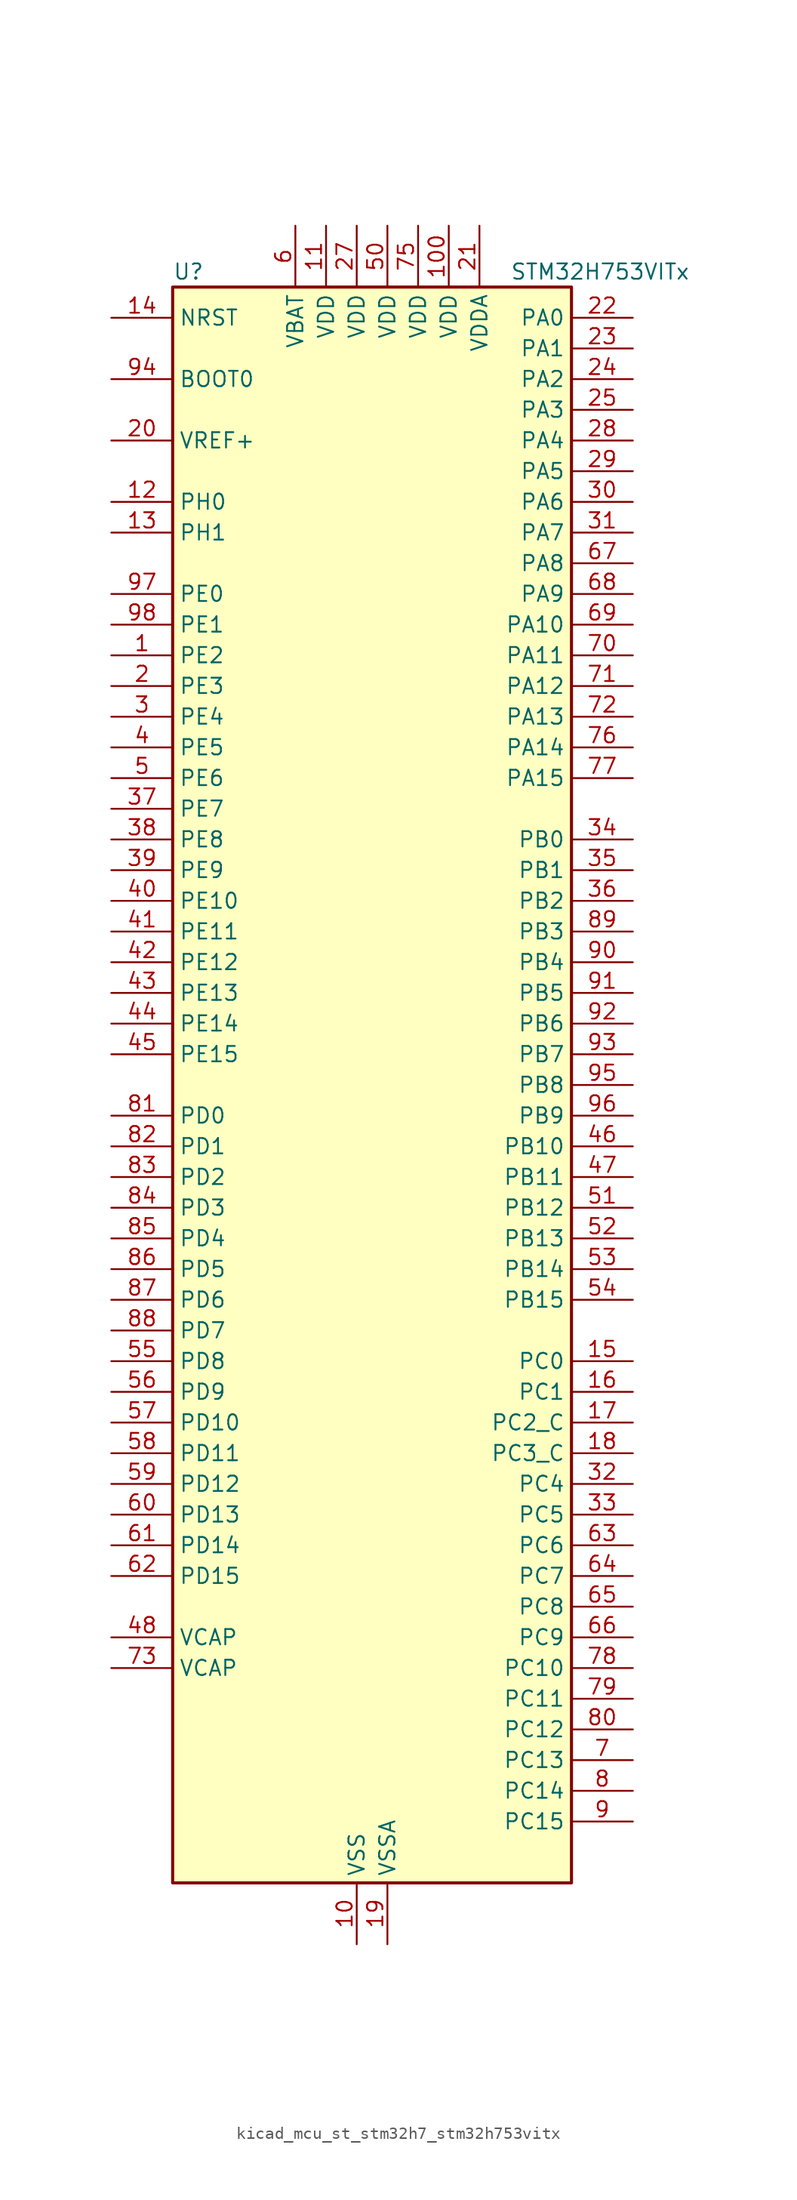
<source format=kicad_sym>
(kicad_symbol_lib
  (version 20220914)
  (generator kicad_symbol_editor)
  (symbol "kicad_mcu_st_stm32h7_stm32h753vitx"
    (property "Reference" "U"
      (at -15.24 67.31 0)
      (effects (font (size 1.27 1.27)) (justify left)))
    (property "Value" "STM32H753VITx"
      (at 12.7 67.31 0)
      (effects (font (size 1.27 1.27)) (justify left)))
    (property "ki_locked" ""
      (at 0 0 0)
      (effects (font (size 1.27 1.27))))
    (symbol "kicad_mcu_st_stm32h7_stm32h753vitx_0_1"
      (rectangle (start -15.24 -66.04) (end 17.78 66.04) (stroke (width 0.254) (type default)) (fill (type background))))
    (symbol "kicad_mcu_st_stm32h7_stm32h753vitx_1_1"
      (pin bidirectional line (at -20.32 35.56 0) (length 5.08) (name "PE2" (effects (font (size 1.27 1.27)))) (number "1" (effects (font (size 1.27 1.27)))) (alternate "DEBUG_TRACECLK" bidirectional line) (alternate "ETH_TXD3" bidirectional line) (alternate "FMC_A23" bidirectional line) (alternate "QUADSPI_BK1_IO2" bidirectional line) (alternate "SAI1_CK1" bidirectional line) (alternate "SAI1_MCLK_A" bidirectional line) (alternate "SAI4_CK1" bidirectional line) (alternate "SAI4_MCLK_A" bidirectional line) (alternate "SPI4_SCK" bidirectional line))
      (pin power_in line (at 0 -71.12 90) (length 5.08) (name "VSS" (effects (font (size 1.27 1.27)))) (number "10" (effects (font (size 1.27 1.27)))))
      (pin power_in line (at 7.62 71.12 270) (length 5.08) (name "VDD" (effects (font (size 1.27 1.27)))) (number "100" (effects (font (size 1.27 1.27)))))
      (pin power_in line (at -2.54 71.12 270) (length 5.08) (name "VDD" (effects (font (size 1.27 1.27)))) (number "11" (effects (font (size 1.27 1.27)))))
      (pin bidirectional line (at -20.32 48.26 0) (length 5.08) (name "PH0" (effects (font (size 1.27 1.27)))) (number "12" (effects (font (size 1.27 1.27)))) (alternate "RCC_OSC_IN" bidirectional line))
      (pin bidirectional line (at -20.32 45.72 0) (length 5.08) (name "PH1" (effects (font (size 1.27 1.27)))) (number "13" (effects (font (size 1.27 1.27)))) (alternate "RCC_OSC_OUT" bidirectional line))
      (pin input line (at -20.32 63.5 0) (length 5.08) (name "NRST" (effects (font (size 1.27 1.27)))) (number "14" (effects (font (size 1.27 1.27)))))
      (pin bidirectional line (at 22.86 -22.86 180) (length 5.08) (name "PC0" (effects (font (size 1.27 1.27)))) (number "15" (effects (font (size 1.27 1.27)))) (alternate "ADC1_INP10" bidirectional line) (alternate "ADC2_INP10" bidirectional line) (alternate "ADC3_INP10" bidirectional line) (alternate "DFSDM1_CKIN0" bidirectional line) (alternate "DFSDM1_DATIN4" bidirectional line) (alternate "FMC_SDNWE" bidirectional line) (alternate "LTDC_R5" bidirectional line) (alternate "SAI2_FS_B" bidirectional line) (alternate "USB_OTG_HS_ULPI_STP" bidirectional line))
      (pin bidirectional line (at 22.86 -25.4 180) (length 5.08) (name "PC1" (effects (font (size 1.27 1.27)))) (number "16" (effects (font (size 1.27 1.27)))) (alternate "ADC1_INN10" bidirectional line) (alternate "ADC1_INP11" bidirectional line) (alternate "ADC2_INN10" bidirectional line) (alternate "ADC2_INP11" bidirectional line) (alternate "ADC3_INN10" bidirectional line) (alternate "ADC3_INP11" bidirectional line) (alternate "DEBUG_TRACED0" bidirectional line) (alternate "DFSDM1_CKIN4" bidirectional line) (alternate "DFSDM1_DATIN0" bidirectional line) (alternate "ETH_MDC" bidirectional line) (alternate "I2S2_SDO" bidirectional line) (alternate "MDIOS_MDC" bidirectional line) (alternate "PWR_WKUP5" bidirectional line) (alternate "RTC_TAMP3" bidirectional line) (alternate "SAI1_D1" bidirectional line) (alternate "SAI1_SD_A" bidirectional line) (alternate "SAI4_D1" bidirectional line) (alternate "SAI4_SD_A" bidirectional line) (alternate "SDMMC2_CK" bidirectional line) (alternate "SPI2_MOSI" bidirectional line))
      (pin bidirectional line (at 22.86 -27.94 180) (length 5.08) (name "PC2_C" (effects (font (size 1.27 1.27)))) (number "17" (effects (font (size 1.27 1.27)))) (alternate "ADC3_INN1" bidirectional line) (alternate "ADC3_INP0" bidirectional line) (alternate "DFSDM1_CKIN1" bidirectional line) (alternate "DFSDM1_CKOUT" bidirectional line) (alternate "ETH_TXD2" bidirectional line) (alternate "FMC_SDNE0" bidirectional line) (alternate "I2S2_SDI" bidirectional line) (alternate "PWR_CSTOP" bidirectional line) (alternate "SPI2_MISO" bidirectional line) (alternate "USB_OTG_HS_ULPI_DIR" bidirectional line))
      (pin bidirectional line (at 22.86 -30.48 180) (length 5.08) (name "PC3_C" (effects (font (size 1.27 1.27)))) (number "18" (effects (font (size 1.27 1.27)))) (alternate "ADC3_INP1" bidirectional line) (alternate "DFSDM1_DATIN1" bidirectional line) (alternate "ETH_TX_CLK" bidirectional line) (alternate "FMC_SDCKE0" bidirectional line) (alternate "I2S2_SDO" bidirectional line) (alternate "PWR_CSLEEP" bidirectional line) (alternate "SPI2_MOSI" bidirectional line) (alternate "USB_OTG_HS_ULPI_NXT" bidirectional line))
      (pin power_in line (at 2.54 -71.12 90) (length 5.08) (name "VSSA" (effects (font (size 1.27 1.27)))) (number "19" (effects (font (size 1.27 1.27)))))
      (pin bidirectional line (at -20.32 33.02 0) (length 5.08) (name "PE3" (effects (font (size 1.27 1.27)))) (number "2" (effects (font (size 1.27 1.27)))) (alternate "DEBUG_TRACED0" bidirectional line) (alternate "FMC_A19" bidirectional line) (alternate "SAI1_SD_B" bidirectional line) (alternate "SAI4_SD_B" bidirectional line) (alternate "TIM15_BKIN" bidirectional line))
      (pin input line (at -20.32 53.34 0) (length 5.08) (name "VREF+" (effects (font (size 1.27 1.27)))) (number "20" (effects (font (size 1.27 1.27)))) (alternate "VREFBUF_OUT" bidirectional line))
      (pin power_in line (at 10.16 71.12 270) (length 5.08) (name "VDDA" (effects (font (size 1.27 1.27)))) (number "21" (effects (font (size 1.27 1.27)))))
      (pin bidirectional line (at 22.86 63.5 180) (length 5.08) (name "PA0" (effects (font (size 1.27 1.27)))) (number "22" (effects (font (size 1.27 1.27)))) (alternate "ADC1_INP16" bidirectional line) (alternate "ETH_CRS" bidirectional line) (alternate "PWR_WKUP0" bidirectional line) (alternate "SAI2_SD_B" bidirectional line) (alternate "SDMMC2_CMD" bidirectional line) (alternate "TIM15_BKIN" bidirectional line) (alternate "TIM2_CH1" bidirectional line) (alternate "TIM2_ETR" bidirectional line) (alternate "TIM5_CH1" bidirectional line) (alternate "TIM8_ETR" bidirectional line) (alternate "UART4_TX" bidirectional line) (alternate "USART2_CTS" bidirectional line) (alternate "USART2_NSS" bidirectional line))
      (pin bidirectional line (at 22.86 60.96 180) (length 5.08) (name "PA1" (effects (font (size 1.27 1.27)))) (number "23" (effects (font (size 1.27 1.27)))) (alternate "ADC1_INN16" bidirectional line) (alternate "ADC1_INP17" bidirectional line) (alternate "ETH_REF_CLK" bidirectional line) (alternate "ETH_RX_CLK" bidirectional line) (alternate "LPTIM3_OUT" bidirectional line) (alternate "LTDC_R2" bidirectional line) (alternate "QUADSPI_BK1_IO3" bidirectional line) (alternate "SAI2_MCLK_B" bidirectional line) (alternate "TIM15_CH1N" bidirectional line) (alternate "TIM2_CH2" bidirectional line) (alternate "TIM5_CH2" bidirectional line) (alternate "UART4_RX" bidirectional line) (alternate "USART2_DE" bidirectional line) (alternate "USART2_RTS" bidirectional line))
      (pin bidirectional line (at 22.86 58.42 180) (length 5.08) (name "PA2" (effects (font (size 1.27 1.27)))) (number "24" (effects (font (size 1.27 1.27)))) (alternate "ADC1_INP14" bidirectional line) (alternate "ADC2_INP14" bidirectional line) (alternate "ETH_MDIO" bidirectional line) (alternate "LPTIM4_OUT" bidirectional line) (alternate "LTDC_R1" bidirectional line) (alternate "MDIOS_MDIO" bidirectional line) (alternate "PWR_WKUP1" bidirectional line) (alternate "SAI2_SCK_B" bidirectional line) (alternate "TIM15_CH1" bidirectional line) (alternate "TIM2_CH3" bidirectional line) (alternate "TIM5_CH3" bidirectional line) (alternate "USART2_TX" bidirectional line))
      (pin bidirectional line (at 22.86 55.88 180) (length 5.08) (name "PA3" (effects (font (size 1.27 1.27)))) (number "25" (effects (font (size 1.27 1.27)))) (alternate "ADC1_INP15" bidirectional line) (alternate "ADC2_INP15" bidirectional line) (alternate "ETH_COL" bidirectional line) (alternate "LPTIM5_OUT" bidirectional line) (alternate "LTDC_B2" bidirectional line) (alternate "LTDC_B5" bidirectional line) (alternate "TIM15_CH2" bidirectional line) (alternate "TIM2_CH4" bidirectional line) (alternate "TIM5_CH4" bidirectional line) (alternate "USART2_RX" bidirectional line) (alternate "USB_OTG_HS_ULPI_D0" bidirectional line))
      (pin passive line (at 0 -71.12 90) (length 5.08) hide (name "VSS" (effects (font (size 1.27 1.27)))) (number "26" (effects (font (size 1.27 1.27)))))
      (pin power_in line (at 0 71.12 270) (length 5.08) (name "VDD" (effects (font (size 1.27 1.27)))) (number "27" (effects (font (size 1.27 1.27)))))
      (pin bidirectional line (at 22.86 53.34 180) (length 5.08) (name "PA4" (effects (font (size 1.27 1.27)))) (number "28" (effects (font (size 1.27 1.27)))) (alternate "ADC1_INP18" bidirectional line) (alternate "ADC2_INP18" bidirectional line) (alternate "DAC1_OUT1" bidirectional line) (alternate "DCMI_HSYNC" bidirectional line) (alternate "I2S1_WS" bidirectional line) (alternate "I2S3_WS" bidirectional line) (alternate "LTDC_VSYNC" bidirectional line) (alternate "SPI1_NSS" bidirectional line) (alternate "SPI3_NSS" bidirectional line) (alternate "SPI6_NSS" bidirectional line) (alternate "TIM5_ETR" bidirectional line) (alternate "USART2_CK" bidirectional line) (alternate "USB_OTG_HS_SOF" bidirectional line))
      (pin bidirectional line (at 22.86 50.8 180) (length 5.08) (name "PA5" (effects (font (size 1.27 1.27)))) (number "29" (effects (font (size 1.27 1.27)))) (alternate "ADC1_INN18" bidirectional line) (alternate "ADC1_INP19" bidirectional line) (alternate "ADC2_INN18" bidirectional line) (alternate "ADC2_INP19" bidirectional line) (alternate "DAC1_OUT2" bidirectional line) (alternate "I2S1_CK" bidirectional line) (alternate "LTDC_R4" bidirectional line) (alternate "PWR_NDSTOP2" bidirectional line) (alternate "SPI1_SCK" bidirectional line) (alternate "SPI6_SCK" bidirectional line) (alternate "TIM2_CH1" bidirectional line) (alternate "TIM2_ETR" bidirectional line) (alternate "TIM8_CH1N" bidirectional line) (alternate "USB_OTG_HS_ULPI_CK" bidirectional line))
      (pin bidirectional line (at -20.32 30.48 0) (length 5.08) (name "PE4" (effects (font (size 1.27 1.27)))) (number "3" (effects (font (size 1.27 1.27)))) (alternate "DCMI_D4" bidirectional line) (alternate "DEBUG_TRACED1" bidirectional line) (alternate "DFSDM1_DATIN3" bidirectional line) (alternate "FMC_A20" bidirectional line) (alternate "LTDC_B0" bidirectional line) (alternate "SAI1_D2" bidirectional line) (alternate "SAI1_FS_A" bidirectional line) (alternate "SAI4_D2" bidirectional line) (alternate "SAI4_FS_A" bidirectional line) (alternate "SPI4_NSS" bidirectional line) (alternate "TIM15_CH1N" bidirectional line))
      (pin bidirectional line (at 22.86 48.26 180) (length 5.08) (name "PA6" (effects (font (size 1.27 1.27)))) (number "30" (effects (font (size 1.27 1.27)))) (alternate "ADC1_INP3" bidirectional line) (alternate "ADC2_INP3" bidirectional line) (alternate "DCMI_PIXCLK" bidirectional line) (alternate "I2S1_SDI" bidirectional line) (alternate "LTDC_G2" bidirectional line) (alternate "MDIOS_MDC" bidirectional line) (alternate "SPI1_MISO" bidirectional line) (alternate "SPI6_MISO" bidirectional line) (alternate "TIM13_CH1" bidirectional line) (alternate "TIM1_BKIN" bidirectional line) (alternate "TIM1_BKIN_COMP1" bidirectional line) (alternate "TIM1_BKIN_COMP2" bidirectional line) (alternate "TIM3_CH1" bidirectional line) (alternate "TIM8_BKIN" bidirectional line) (alternate "TIM8_BKIN_COMP1" bidirectional line) (alternate "TIM8_BKIN_COMP2" bidirectional line))
      (pin bidirectional line (at 22.86 45.72 180) (length 5.08) (name "PA7" (effects (font (size 1.27 1.27)))) (number "31" (effects (font (size 1.27 1.27)))) (alternate "ADC1_INN3" bidirectional line) (alternate "ADC1_INP7" bidirectional line) (alternate "ADC2_INN3" bidirectional line) (alternate "ADC2_INP7" bidirectional line) (alternate "ETH_CRS_DV" bidirectional line) (alternate "ETH_RX_DV" bidirectional line) (alternate "FMC_SDNWE" bidirectional line) (alternate "I2S1_SDO" bidirectional line) (alternate "OPAMP1_VINM" bidirectional line) (alternate "OPAMP1_VINM1" bidirectional line) (alternate "SPI1_MOSI" bidirectional line) (alternate "SPI6_MOSI" bidirectional line) (alternate "TIM14_CH1" bidirectional line) (alternate "TIM1_CH1N" bidirectional line) (alternate "TIM3_CH2" bidirectional line) (alternate "TIM8_CH1N" bidirectional line))
      (pin bidirectional line (at 22.86 -33.02 180) (length 5.08) (name "PC4" (effects (font (size 1.27 1.27)))) (number "32" (effects (font (size 1.27 1.27)))) (alternate "ADC1_INP4" bidirectional line) (alternate "ADC2_INP4" bidirectional line) (alternate "COMP1_INM" bidirectional line) (alternate "DFSDM1_CKIN2" bidirectional line) (alternate "ETH_RXD0" bidirectional line) (alternate "FMC_SDNE0" bidirectional line) (alternate "I2S1_MCK" bidirectional line) (alternate "OPAMP1_VOUT" bidirectional line) (alternate "SPDIFRX1_IN2" bidirectional line))
      (pin bidirectional line (at 22.86 -35.56 180) (length 5.08) (name "PC5" (effects (font (size 1.27 1.27)))) (number "33" (effects (font (size 1.27 1.27)))) (alternate "ADC1_INN4" bidirectional line) (alternate "ADC1_INP8" bidirectional line) (alternate "ADC2_INN4" bidirectional line) (alternate "ADC2_INP8" bidirectional line) (alternate "COMP1_OUT" bidirectional line) (alternate "DFSDM1_DATIN2" bidirectional line) (alternate "ETH_RXD1" bidirectional line) (alternate "FMC_SDCKE0" bidirectional line) (alternate "OPAMP1_VINM" bidirectional line) (alternate "OPAMP1_VINM0" bidirectional line) (alternate "SAI1_D3" bidirectional line) (alternate "SAI4_D3" bidirectional line) (alternate "SPDIFRX1_IN3" bidirectional line))
      (pin bidirectional line (at 22.86 20.32 180) (length 5.08) (name "PB0" (effects (font (size 1.27 1.27)))) (number "34" (effects (font (size 1.27 1.27)))) (alternate "ADC1_INN5" bidirectional line) (alternate "ADC1_INP9" bidirectional line) (alternate "ADC2_INN5" bidirectional line) (alternate "ADC2_INP9" bidirectional line) (alternate "COMP1_INP" bidirectional line) (alternate "DFSDM1_CKOUT" bidirectional line) (alternate "ETH_RXD2" bidirectional line) (alternate "LTDC_G1" bidirectional line) (alternate "LTDC_R3" bidirectional line) (alternate "OPAMP1_VINP" bidirectional line) (alternate "TIM1_CH2N" bidirectional line) (alternate "TIM3_CH3" bidirectional line) (alternate "TIM8_CH2N" bidirectional line) (alternate "UART4_CTS" bidirectional line) (alternate "USB_OTG_HS_ULPI_D1" bidirectional line))
      (pin bidirectional line (at 22.86 17.78 180) (length 5.08) (name "PB1" (effects (font (size 1.27 1.27)))) (number "35" (effects (font (size 1.27 1.27)))) (alternate "ADC1_INP5" bidirectional line) (alternate "ADC2_INP5" bidirectional line) (alternate "COMP1_INM" bidirectional line) (alternate "DFSDM1_DATIN1" bidirectional line) (alternate "ETH_RXD3" bidirectional line) (alternate "LTDC_G0" bidirectional line) (alternate "LTDC_R6" bidirectional line) (alternate "TIM1_CH3N" bidirectional line) (alternate "TIM3_CH4" bidirectional line) (alternate "TIM8_CH3N" bidirectional line) (alternate "USB_OTG_HS_ULPI_D2" bidirectional line))
      (pin bidirectional line (at 22.86 15.24 180) (length 5.08) (name "PB2" (effects (font (size 1.27 1.27)))) (number "36" (effects (font (size 1.27 1.27)))) (alternate "COMP1_INP" bidirectional line) (alternate "DFSDM1_CKIN1" bidirectional line) (alternate "I2S3_SDO" bidirectional line) (alternate "QUADSPI_CLK" bidirectional line) (alternate "RTC_OUT_ALARM" bidirectional line) (alternate "RTC_OUT_CALIB" bidirectional line) (alternate "SAI1_D1" bidirectional line) (alternate "SAI1_SD_A" bidirectional line) (alternate "SAI4_D1" bidirectional line) (alternate "SAI4_SD_A" bidirectional line) (alternate "SPI3_MOSI" bidirectional line))
      (pin bidirectional line (at -20.32 22.86 0) (length 5.08) (name "PE7" (effects (font (size 1.27 1.27)))) (number "37" (effects (font (size 1.27 1.27)))) (alternate "COMP2_INM" bidirectional line) (alternate "DFSDM1_DATIN2" bidirectional line) (alternate "FMC_D4" bidirectional line) (alternate "FMC_DA4" bidirectional line) (alternate "OPAMP2_VOUT" bidirectional line) (alternate "QUADSPI_BK2_IO0" bidirectional line) (alternate "TIM1_ETR" bidirectional line) (alternate "UART7_RX" bidirectional line))
      (pin bidirectional line (at -20.32 20.32 0) (length 5.08) (name "PE8" (effects (font (size 1.27 1.27)))) (number "38" (effects (font (size 1.27 1.27)))) (alternate "COMP2_OUT" bidirectional line) (alternate "DFSDM1_CKIN2" bidirectional line) (alternate "FMC_D5" bidirectional line) (alternate "FMC_DA5" bidirectional line) (alternate "OPAMP2_VINM" bidirectional line) (alternate "OPAMP2_VINM0" bidirectional line) (alternate "QUADSPI_BK2_IO1" bidirectional line) (alternate "TIM1_CH1N" bidirectional line) (alternate "UART7_TX" bidirectional line))
      (pin bidirectional line (at -20.32 17.78 0) (length 5.08) (name "PE9" (effects (font (size 1.27 1.27)))) (number "39" (effects (font (size 1.27 1.27)))) (alternate "COMP2_INP" bidirectional line) (alternate "DAC1_EXTI9" bidirectional line) (alternate "DFSDM1_CKOUT" bidirectional line) (alternate "FMC_D6" bidirectional line) (alternate "FMC_DA6" bidirectional line) (alternate "OPAMP2_VINP" bidirectional line) (alternate "QUADSPI_BK2_IO2" bidirectional line) (alternate "TIM1_CH1" bidirectional line) (alternate "UART7_DE" bidirectional line) (alternate "UART7_RTS" bidirectional line))
      (pin bidirectional line (at -20.32 27.94 0) (length 5.08) (name "PE5" (effects (font (size 1.27 1.27)))) (number "4" (effects (font (size 1.27 1.27)))) (alternate "DCMI_D6" bidirectional line) (alternate "DEBUG_TRACED2" bidirectional line) (alternate "DFSDM1_CKIN3" bidirectional line) (alternate "FMC_A21" bidirectional line) (alternate "LTDC_G0" bidirectional line) (alternate "SAI1_CK2" bidirectional line) (alternate "SAI1_SCK_A" bidirectional line) (alternate "SAI4_CK2" bidirectional line) (alternate "SAI4_SCK_A" bidirectional line) (alternate "SPI4_MISO" bidirectional line) (alternate "TIM15_CH1" bidirectional line))
      (pin bidirectional line (at -20.32 15.24 0) (length 5.08) (name "PE10" (effects (font (size 1.27 1.27)))) (number "40" (effects (font (size 1.27 1.27)))) (alternate "COMP2_INM" bidirectional line) (alternate "DFSDM1_DATIN4" bidirectional line) (alternate "FMC_D7" bidirectional line) (alternate "FMC_DA7" bidirectional line) (alternate "QUADSPI_BK2_IO3" bidirectional line) (alternate "TIM1_CH2N" bidirectional line) (alternate "UART7_CTS" bidirectional line))
      (pin bidirectional line (at -20.32 12.7 0) (length 5.08) (name "PE11" (effects (font (size 1.27 1.27)))) (number "41" (effects (font (size 1.27 1.27)))) (alternate "ADC1_EXTI11" bidirectional line) (alternate "ADC2_EXTI11" bidirectional line) (alternate "ADC3_EXTI11" bidirectional line) (alternate "COMP2_INP" bidirectional line) (alternate "DFSDM1_CKIN4" bidirectional line) (alternate "FMC_D8" bidirectional line) (alternate "FMC_DA8" bidirectional line) (alternate "LTDC_G3" bidirectional line) (alternate "SAI2_SD_B" bidirectional line) (alternate "SPI4_NSS" bidirectional line) (alternate "TIM1_CH2" bidirectional line))
      (pin bidirectional line (at -20.32 10.16 0) (length 5.08) (name "PE12" (effects (font (size 1.27 1.27)))) (number "42" (effects (font (size 1.27 1.27)))) (alternate "COMP1_OUT" bidirectional line) (alternate "DFSDM1_DATIN5" bidirectional line) (alternate "FMC_D9" bidirectional line) (alternate "FMC_DA9" bidirectional line) (alternate "LTDC_B4" bidirectional line) (alternate "SAI2_SCK_B" bidirectional line) (alternate "SPI4_SCK" bidirectional line) (alternate "TIM1_CH3N" bidirectional line))
      (pin bidirectional line (at -20.32 7.62 0) (length 5.08) (name "PE13" (effects (font (size 1.27 1.27)))) (number "43" (effects (font (size 1.27 1.27)))) (alternate "COMP2_OUT" bidirectional line) (alternate "DFSDM1_CKIN5" bidirectional line) (alternate "FMC_D10" bidirectional line) (alternate "FMC_DA10" bidirectional line) (alternate "LTDC_DE" bidirectional line) (alternate "SAI2_FS_B" bidirectional line) (alternate "SPI4_MISO" bidirectional line) (alternate "TIM1_CH3" bidirectional line))
      (pin bidirectional line (at -20.32 5.08 0) (length 5.08) (name "PE14" (effects (font (size 1.27 1.27)))) (number "44" (effects (font (size 1.27 1.27)))) (alternate "FMC_D11" bidirectional line) (alternate "FMC_DA11" bidirectional line) (alternate "LTDC_CLK" bidirectional line) (alternate "SAI2_MCLK_B" bidirectional line) (alternate "SPI4_MOSI" bidirectional line) (alternate "TIM1_CH4" bidirectional line))
      (pin bidirectional line (at -20.32 2.54 0) (length 5.08) (name "PE15" (effects (font (size 1.27 1.27)))) (number "45" (effects (font (size 1.27 1.27)))) (alternate "ADC1_EXTI15" bidirectional line) (alternate "ADC2_EXTI15" bidirectional line) (alternate "ADC3_EXTI15" bidirectional line) (alternate "FMC_D12" bidirectional line) (alternate "FMC_DA12" bidirectional line) (alternate "LTDC_R7" bidirectional line) (alternate "TIM1_BKIN" bidirectional line) (alternate "TIM1_BKIN_COMP1" bidirectional line) (alternate "TIM1_BKIN_COMP2" bidirectional line))
      (pin bidirectional line (at 22.86 -5.08 180) (length 5.08) (name "PB10" (effects (font (size 1.27 1.27)))) (number "46" (effects (font (size 1.27 1.27)))) (alternate "DFSDM1_DATIN7" bidirectional line) (alternate "ETH_RX_ER" bidirectional line) (alternate "HRTIM_SCOUT" bidirectional line) (alternate "I2C2_SCL" bidirectional line) (alternate "I2S2_CK" bidirectional line) (alternate "LPTIM2_IN1" bidirectional line) (alternate "LTDC_G4" bidirectional line) (alternate "QUADSPI_BK1_NCS" bidirectional line) (alternate "SPI2_SCK" bidirectional line) (alternate "TIM2_CH3" bidirectional line) (alternate "USART3_TX" bidirectional line) (alternate "USB_OTG_HS_ULPI_D3" bidirectional line))
      (pin bidirectional line (at 22.86 -7.62 180) (length 5.08) (name "PB11" (effects (font (size 1.27 1.27)))) (number "47" (effects (font (size 1.27 1.27)))) (alternate "ADC1_EXTI11" bidirectional line) (alternate "ADC2_EXTI11" bidirectional line) (alternate "ADC3_EXTI11" bidirectional line) (alternate "DFSDM1_CKIN7" bidirectional line) (alternate "ETH_TX_EN" bidirectional line) (alternate "HRTIM_SCIN" bidirectional line) (alternate "I2C2_SDA" bidirectional line) (alternate "LPTIM2_ETR" bidirectional line) (alternate "LTDC_G5" bidirectional line) (alternate "TIM2_CH4" bidirectional line) (alternate "USART3_RX" bidirectional line) (alternate "USB_OTG_HS_ULPI_D4" bidirectional line))
      (pin power_out line (at -20.32 -45.72 0) (length 5.08) (name "VCAP" (effects (font (size 1.27 1.27)))) (number "48" (effects (font (size 1.27 1.27)))))
      (pin passive line (at 0 -71.12 90) (length 5.08) hide (name "VSS" (effects (font (size 1.27 1.27)))) (number "49" (effects (font (size 1.27 1.27)))))
      (pin bidirectional line (at -20.32 25.4 0) (length 5.08) (name "PE6" (effects (font (size 1.27 1.27)))) (number "5" (effects (font (size 1.27 1.27)))) (alternate "DCMI_D7" bidirectional line) (alternate "DEBUG_TRACED3" bidirectional line) (alternate "FMC_A22" bidirectional line) (alternate "LTDC_G1" bidirectional line) (alternate "SAI1_D1" bidirectional line) (alternate "SAI1_SD_A" bidirectional line) (alternate "SAI2_MCLK_B" bidirectional line) (alternate "SAI4_D1" bidirectional line) (alternate "SAI4_SD_A" bidirectional line) (alternate "SPI4_MOSI" bidirectional line) (alternate "TIM15_CH2" bidirectional line) (alternate "TIM1_BKIN2" bidirectional line) (alternate "TIM1_BKIN2_COMP1" bidirectional line) (alternate "TIM1_BKIN2_COMP2" bidirectional line))
      (pin power_in line (at 2.54 71.12 270) (length 5.08) (name "VDD" (effects (font (size 1.27 1.27)))) (number "50" (effects (font (size 1.27 1.27)))))
      (pin bidirectional line (at 22.86 -10.16 180) (length 5.08) (name "PB12" (effects (font (size 1.27 1.27)))) (number "51" (effects (font (size 1.27 1.27)))) (alternate "DFSDM1_DATIN1" bidirectional line) (alternate "ETH_TXD0" bidirectional line) (alternate "FDCAN2_RX" bidirectional line) (alternate "I2C2_SMBA" bidirectional line) (alternate "I2S2_WS" bidirectional line) (alternate "SPI2_NSS" bidirectional line) (alternate "TIM1_BKIN" bidirectional line) (alternate "TIM1_BKIN_COMP1" bidirectional line) (alternate "TIM1_BKIN_COMP2" bidirectional line) (alternate "UART5_RX" bidirectional line) (alternate "USART3_CK" bidirectional line) (alternate "USB_OTG_HS_ID" bidirectional line) (alternate "USB_OTG_HS_ULPI_D5" bidirectional line))
      (pin bidirectional line (at 22.86 -12.7 180) (length 5.08) (name "PB13" (effects (font (size 1.27 1.27)))) (number "52" (effects (font (size 1.27 1.27)))) (alternate "DFSDM1_CKIN1" bidirectional line) (alternate "ETH_TXD1" bidirectional line) (alternate "FDCAN2_TX" bidirectional line) (alternate "I2S2_CK" bidirectional line) (alternate "LPTIM2_OUT" bidirectional line) (alternate "SPI2_SCK" bidirectional line) (alternate "TIM1_CH1N" bidirectional line) (alternate "UART5_TX" bidirectional line) (alternate "USART3_CTS" bidirectional line) (alternate "USART3_NSS" bidirectional line) (alternate "USB_OTG_HS_ULPI_D6" bidirectional line) (alternate "USB_OTG_HS_VBUS" bidirectional line))
      (pin bidirectional line (at 22.86 -15.24 180) (length 5.08) (name "PB14" (effects (font (size 1.27 1.27)))) (number "53" (effects (font (size 1.27 1.27)))) (alternate "DFSDM1_DATIN2" bidirectional line) (alternate "I2S2_SDI" bidirectional line) (alternate "SDMMC2_D0" bidirectional line) (alternate "SPI2_MISO" bidirectional line) (alternate "TIM12_CH1" bidirectional line) (alternate "TIM1_CH2N" bidirectional line) (alternate "TIM8_CH2N" bidirectional line) (alternate "UART4_DE" bidirectional line) (alternate "UART4_RTS" bidirectional line) (alternate "USART1_TX" bidirectional line) (alternate "USART3_DE" bidirectional line) (alternate "USART3_RTS" bidirectional line) (alternate "USB_OTG_HS_DM" bidirectional line))
      (pin bidirectional line (at 22.86 -17.78 180) (length 5.08) (name "PB15" (effects (font (size 1.27 1.27)))) (number "54" (effects (font (size 1.27 1.27)))) (alternate "ADC1_EXTI15" bidirectional line) (alternate "ADC2_EXTI15" bidirectional line) (alternate "ADC3_EXTI15" bidirectional line) (alternate "DFSDM1_CKIN2" bidirectional line) (alternate "I2S2_SDO" bidirectional line) (alternate "RTC_REFIN" bidirectional line) (alternate "SDMMC2_D1" bidirectional line) (alternate "SPI2_MOSI" bidirectional line) (alternate "TIM12_CH2" bidirectional line) (alternate "TIM1_CH3N" bidirectional line) (alternate "TIM8_CH3N" bidirectional line) (alternate "UART4_CTS" bidirectional line) (alternate "USART1_RX" bidirectional line) (alternate "USB_OTG_HS_DP" bidirectional line))
      (pin bidirectional line (at -20.32 -22.86 0) (length 5.08) (name "PD8" (effects (font (size 1.27 1.27)))) (number "55" (effects (font (size 1.27 1.27)))) (alternate "DFSDM1_CKIN3" bidirectional line) (alternate "FMC_D13" bidirectional line) (alternate "FMC_DA13" bidirectional line) (alternate "SAI3_SCK_B" bidirectional line) (alternate "SPDIFRX1_IN1" bidirectional line) (alternate "USART3_TX" bidirectional line))
      (pin bidirectional line (at -20.32 -25.4 0) (length 5.08) (name "PD9" (effects (font (size 1.27 1.27)))) (number "56" (effects (font (size 1.27 1.27)))) (alternate "DAC1_EXTI9" bidirectional line) (alternate "DFSDM1_DATIN3" bidirectional line) (alternate "FMC_D14" bidirectional line) (alternate "FMC_DA14" bidirectional line) (alternate "SAI3_SD_B" bidirectional line) (alternate "USART3_RX" bidirectional line))
      (pin bidirectional line (at -20.32 -27.94 0) (length 5.08) (name "PD10" (effects (font (size 1.27 1.27)))) (number "57" (effects (font (size 1.27 1.27)))) (alternate "DFSDM1_CKOUT" bidirectional line) (alternate "FMC_D15" bidirectional line) (alternate "FMC_DA15" bidirectional line) (alternate "LTDC_B3" bidirectional line) (alternate "SAI3_FS_B" bidirectional line) (alternate "USART3_CK" bidirectional line))
      (pin bidirectional line (at -20.32 -30.48 0) (length 5.08) (name "PD11" (effects (font (size 1.27 1.27)))) (number "58" (effects (font (size 1.27 1.27)))) (alternate "ADC1_EXTI11" bidirectional line) (alternate "ADC2_EXTI11" bidirectional line) (alternate "ADC3_EXTI11" bidirectional line) (alternate "FMC_A16" bidirectional line) (alternate "FMC_CLE" bidirectional line) (alternate "I2C4_SMBA" bidirectional line) (alternate "LPTIM2_IN2" bidirectional line) (alternate "QUADSPI_BK1_IO0" bidirectional line) (alternate "SAI2_SD_A" bidirectional line) (alternate "USART3_CTS" bidirectional line) (alternate "USART3_NSS" bidirectional line))
      (pin bidirectional line (at -20.32 -33.02 0) (length 5.08) (name "PD12" (effects (font (size 1.27 1.27)))) (number "59" (effects (font (size 1.27 1.27)))) (alternate "FMC_A17" bidirectional line) (alternate "FMC_ALE" bidirectional line) (alternate "I2C4_SCL" bidirectional line) (alternate "LPTIM1_IN1" bidirectional line) (alternate "LPTIM2_IN1" bidirectional line) (alternate "QUADSPI_BK1_IO1" bidirectional line) (alternate "SAI2_FS_A" bidirectional line) (alternate "TIM4_CH1" bidirectional line) (alternate "USART3_DE" bidirectional line) (alternate "USART3_RTS" bidirectional line))
      (pin power_in line (at -5.08 71.12 270) (length 5.08) (name "VBAT" (effects (font (size 1.27 1.27)))) (number "6" (effects (font (size 1.27 1.27)))))
      (pin bidirectional line (at -20.32 -35.56 0) (length 5.08) (name "PD13" (effects (font (size 1.27 1.27)))) (number "60" (effects (font (size 1.27 1.27)))) (alternate "FMC_A18" bidirectional line) (alternate "I2C4_SDA" bidirectional line) (alternate "LPTIM1_OUT" bidirectional line) (alternate "QUADSPI_BK1_IO3" bidirectional line) (alternate "SAI2_SCK_A" bidirectional line) (alternate "TIM4_CH2" bidirectional line))
      (pin bidirectional line (at -20.32 -38.1 0) (length 5.08) (name "PD14" (effects (font (size 1.27 1.27)))) (number "61" (effects (font (size 1.27 1.27)))) (alternate "FMC_D0" bidirectional line) (alternate "FMC_DA0" bidirectional line) (alternate "SAI3_MCLK_B" bidirectional line) (alternate "TIM4_CH3" bidirectional line) (alternate "UART8_CTS" bidirectional line))
      (pin bidirectional line (at -20.32 -40.64 0) (length 5.08) (name "PD15" (effects (font (size 1.27 1.27)))) (number "62" (effects (font (size 1.27 1.27)))) (alternate "ADC1_EXTI15" bidirectional line) (alternate "ADC2_EXTI15" bidirectional line) (alternate "ADC3_EXTI15" bidirectional line) (alternate "FMC_D1" bidirectional line) (alternate "FMC_DA1" bidirectional line) (alternate "SAI3_MCLK_A" bidirectional line) (alternate "TIM4_CH4" bidirectional line) (alternate "UART8_DE" bidirectional line) (alternate "UART8_RTS" bidirectional line))
      (pin bidirectional line (at 22.86 -38.1 180) (length 5.08) (name "PC6" (effects (font (size 1.27 1.27)))) (number "63" (effects (font (size 1.27 1.27)))) (alternate "DCMI_D0" bidirectional line) (alternate "DFSDM1_CKIN3" bidirectional line) (alternate "FMC_NWAIT" bidirectional line) (alternate "HRTIM_CHA1" bidirectional line) (alternate "I2S2_MCK" bidirectional line) (alternate "LTDC_HSYNC" bidirectional line) (alternate "SDMMC1_D0DIR" bidirectional line) (alternate "SDMMC1_D6" bidirectional line) (alternate "SDMMC2_D6" bidirectional line) (alternate "SWPMI1_IO" bidirectional line) (alternate "TIM3_CH1" bidirectional line) (alternate "TIM8_CH1" bidirectional line) (alternate "USART6_TX" bidirectional line))
      (pin bidirectional line (at 22.86 -40.64 180) (length 5.08) (name "PC7" (effects (font (size 1.27 1.27)))) (number "64" (effects (font (size 1.27 1.27)))) (alternate "DCMI_D1" bidirectional line) (alternate "DEBUG_TRGIO" bidirectional line) (alternate "DFSDM1_DATIN3" bidirectional line) (alternate "FMC_NE1" bidirectional line) (alternate "HRTIM_CHA2" bidirectional line) (alternate "I2S3_MCK" bidirectional line) (alternate "LTDC_G6" bidirectional line) (alternate "SDMMC1_D123DIR" bidirectional line) (alternate "SDMMC1_D7" bidirectional line) (alternate "SDMMC2_D7" bidirectional line) (alternate "SWPMI1_TX" bidirectional line) (alternate "TIM3_CH2" bidirectional line) (alternate "TIM8_CH2" bidirectional line) (alternate "USART6_RX" bidirectional line))
      (pin bidirectional line (at 22.86 -43.18 180) (length 5.08) (name "PC8" (effects (font (size 1.27 1.27)))) (number "65" (effects (font (size 1.27 1.27)))) (alternate "DCMI_D2" bidirectional line) (alternate "DEBUG_TRACED1" bidirectional line) (alternate "FMC_NCE" bidirectional line) (alternate "FMC_NE2" bidirectional line) (alternate "HRTIM_CHB1" bidirectional line) (alternate "SDMMC1_D0" bidirectional line) (alternate "SWPMI1_RX" bidirectional line) (alternate "TIM3_CH3" bidirectional line) (alternate "TIM8_CH3" bidirectional line) (alternate "UART5_DE" bidirectional line) (alternate "UART5_RTS" bidirectional line) (alternate "USART6_CK" bidirectional line))
      (pin bidirectional line (at 22.86 -45.72 180) (length 5.08) (name "PC9" (effects (font (size 1.27 1.27)))) (number "66" (effects (font (size 1.27 1.27)))) (alternate "DAC1_EXTI9" bidirectional line) (alternate "DCMI_D3" bidirectional line) (alternate "I2C3_SDA" bidirectional line) (alternate "I2S_CKIN" bidirectional line) (alternate "LTDC_B2" bidirectional line) (alternate "LTDC_G3" bidirectional line) (alternate "QUADSPI_BK1_IO0" bidirectional line) (alternate "RCC_MCO_2" bidirectional line) (alternate "SDMMC1_D1" bidirectional line) (alternate "SWPMI1_SUSPEND" bidirectional line) (alternate "TIM3_CH4" bidirectional line) (alternate "TIM8_CH4" bidirectional line) (alternate "UART5_CTS" bidirectional line))
      (pin bidirectional line (at 22.86 43.18 180) (length 5.08) (name "PA8" (effects (font (size 1.27 1.27)))) (number "67" (effects (font (size 1.27 1.27)))) (alternate "HRTIM_CHB2" bidirectional line) (alternate "I2C3_SCL" bidirectional line) (alternate "LTDC_B3" bidirectional line) (alternate "LTDC_R6" bidirectional line) (alternate "RCC_MCO_1" bidirectional line) (alternate "TIM1_CH1" bidirectional line) (alternate "TIM8_BKIN2" bidirectional line) (alternate "TIM8_BKIN2_COMP1" bidirectional line) (alternate "TIM8_BKIN2_COMP2" bidirectional line) (alternate "UART7_RX" bidirectional line) (alternate "USART1_CK" bidirectional line) (alternate "USB_OTG_FS_SOF" bidirectional line))
      (pin bidirectional line (at 22.86 40.64 180) (length 5.08) (name "PA9" (effects (font (size 1.27 1.27)))) (number "68" (effects (font (size 1.27 1.27)))) (alternate "DAC1_EXTI9" bidirectional line) (alternate "DCMI_D0" bidirectional line) (alternate "HRTIM_CHC1" bidirectional line) (alternate "I2C3_SMBA" bidirectional line) (alternate "I2S2_CK" bidirectional line) (alternate "LPUART1_TX" bidirectional line) (alternate "LTDC_R5" bidirectional line) (alternate "SPI2_SCK" bidirectional line) (alternate "TIM1_CH2" bidirectional line) (alternate "USART1_TX" bidirectional line) (alternate "USB_OTG_FS_VBUS" bidirectional line))
      (pin bidirectional line (at 22.86 38.1 180) (length 5.08) (name "PA10" (effects (font (size 1.27 1.27)))) (number "69" (effects (font (size 1.27 1.27)))) (alternate "DCMI_D1" bidirectional line) (alternate "HRTIM_CHC2" bidirectional line) (alternate "LPUART1_RX" bidirectional line) (alternate "LTDC_B1" bidirectional line) (alternate "LTDC_B4" bidirectional line) (alternate "MDIOS_MDIO" bidirectional line) (alternate "TIM1_CH3" bidirectional line) (alternate "USART1_RX" bidirectional line) (alternate "USB_OTG_FS_ID" bidirectional line))
      (pin bidirectional line (at 22.86 -55.88 180) (length 5.08) (name "PC13" (effects (font (size 1.27 1.27)))) (number "7" (effects (font (size 1.27 1.27)))) (alternate "PWR_WKUP2" bidirectional line) (alternate "RTC_OUT_ALARM" bidirectional line) (alternate "RTC_OUT_CALIB" bidirectional line) (alternate "RTC_TAMP1" bidirectional line) (alternate "RTC_TS" bidirectional line))
      (pin bidirectional line (at 22.86 35.56 180) (length 5.08) (name "PA11" (effects (font (size 1.27 1.27)))) (number "70" (effects (font (size 1.27 1.27)))) (alternate "ADC1_EXTI11" bidirectional line) (alternate "ADC2_EXTI11" bidirectional line) (alternate "ADC3_EXTI11" bidirectional line) (alternate "FDCAN1_RX" bidirectional line) (alternate "HRTIM_CHD1" bidirectional line) (alternate "I2S2_WS" bidirectional line) (alternate "LPUART1_CTS" bidirectional line) (alternate "LTDC_R4" bidirectional line) (alternate "SPI2_NSS" bidirectional line) (alternate "TIM1_CH4" bidirectional line) (alternate "UART4_RX" bidirectional line) (alternate "USART1_CTS" bidirectional line) (alternate "USART1_NSS" bidirectional line) (alternate "USB_OTG_FS_DM" bidirectional line))
      (pin bidirectional line (at 22.86 33.02 180) (length 5.08) (name "PA12" (effects (font (size 1.27 1.27)))) (number "71" (effects (font (size 1.27 1.27)))) (alternate "FDCAN1_TX" bidirectional line) (alternate "HRTIM_CHD2" bidirectional line) (alternate "I2S2_CK" bidirectional line) (alternate "LPUART1_DE" bidirectional line) (alternate "LPUART1_RTS" bidirectional line) (alternate "LTDC_R5" bidirectional line) (alternate "SAI2_FS_B" bidirectional line) (alternate "SPI2_SCK" bidirectional line) (alternate "TIM1_ETR" bidirectional line) (alternate "UART4_TX" bidirectional line) (alternate "USART1_DE" bidirectional line) (alternate "USART1_RTS" bidirectional line) (alternate "USB_OTG_FS_DP" bidirectional line))
      (pin bidirectional line (at 22.86 30.48 180) (length 5.08) (name "PA13" (effects (font (size 1.27 1.27)))) (number "72" (effects (font (size 1.27 1.27)))) (alternate "DEBUG_JTMS-SWDIO" bidirectional line))
      (pin power_out line (at -20.32 -48.26 0) (length 5.08) (name "VCAP" (effects (font (size 1.27 1.27)))) (number "73" (effects (font (size 1.27 1.27)))))
      (pin passive line (at 0 -71.12 90) (length 5.08) hide (name "VSS" (effects (font (size 1.27 1.27)))) (number "74" (effects (font (size 1.27 1.27)))))
      (pin power_in line (at 5.08 71.12 270) (length 5.08) (name "VDD" (effects (font (size 1.27 1.27)))) (number "75" (effects (font (size 1.27 1.27)))))
      (pin bidirectional line (at 22.86 27.94 180) (length 5.08) (name "PA14" (effects (font (size 1.27 1.27)))) (number "76" (effects (font (size 1.27 1.27)))) (alternate "DEBUG_JTCK-SWCLK" bidirectional line))
      (pin bidirectional line (at 22.86 25.4 180) (length 5.08) (name "PA15" (effects (font (size 1.27 1.27)))) (number "77" (effects (font (size 1.27 1.27)))) (alternate "ADC1_EXTI15" bidirectional line) (alternate "ADC2_EXTI15" bidirectional line) (alternate "ADC3_EXTI15" bidirectional line) (alternate "CEC" bidirectional line) (alternate "DEBUG_JTDI" bidirectional line) (alternate "HRTIM_FLT1" bidirectional line) (alternate "I2S1_WS" bidirectional line) (alternate "I2S3_WS" bidirectional line) (alternate "SPI1_NSS" bidirectional line) (alternate "SPI3_NSS" bidirectional line) (alternate "SPI6_NSS" bidirectional line) (alternate "TIM2_CH1" bidirectional line) (alternate "TIM2_ETR" bidirectional line) (alternate "UART4_DE" bidirectional line) (alternate "UART4_RTS" bidirectional line) (alternate "UART7_TX" bidirectional line))
      (pin bidirectional line (at 22.86 -48.26 180) (length 5.08) (name "PC10" (effects (font (size 1.27 1.27)))) (number "78" (effects (font (size 1.27 1.27)))) (alternate "DCMI_D8" bidirectional line) (alternate "DFSDM1_CKIN5" bidirectional line) (alternate "HRTIM_EEV1" bidirectional line) (alternate "I2S3_CK" bidirectional line) (alternate "LTDC_R2" bidirectional line) (alternate "QUADSPI_BK1_IO1" bidirectional line) (alternate "SDMMC1_D2" bidirectional line) (alternate "SPI3_SCK" bidirectional line) (alternate "UART4_TX" bidirectional line) (alternate "USART3_TX" bidirectional line))
      (pin bidirectional line (at 22.86 -50.8 180) (length 5.08) (name "PC11" (effects (font (size 1.27 1.27)))) (number "79" (effects (font (size 1.27 1.27)))) (alternate "ADC1_EXTI11" bidirectional line) (alternate "ADC2_EXTI11" bidirectional line) (alternate "ADC3_EXTI11" bidirectional line) (alternate "DCMI_D4" bidirectional line) (alternate "DFSDM1_DATIN5" bidirectional line) (alternate "HRTIM_FLT2" bidirectional line) (alternate "I2S3_SDI" bidirectional line) (alternate "QUADSPI_BK2_NCS" bidirectional line) (alternate "SDMMC1_D3" bidirectional line) (alternate "SPI3_MISO" bidirectional line) (alternate "UART4_RX" bidirectional line) (alternate "USART3_RX" bidirectional line))
      (pin bidirectional line (at 22.86 -58.42 180) (length 5.08) (name "PC14" (effects (font (size 1.27 1.27)))) (number "8" (effects (font (size 1.27 1.27)))) (alternate "RCC_OSC32_IN" bidirectional line))
      (pin bidirectional line (at 22.86 -53.34 180) (length 5.08) (name "PC12" (effects (font (size 1.27 1.27)))) (number "80" (effects (font (size 1.27 1.27)))) (alternate "DCMI_D9" bidirectional line) (alternate "DEBUG_TRACED3" bidirectional line) (alternate "HRTIM_EEV2" bidirectional line) (alternate "I2S3_SDO" bidirectional line) (alternate "SDMMC1_CK" bidirectional line) (alternate "SPI3_MOSI" bidirectional line) (alternate "UART5_TX" bidirectional line) (alternate "USART3_CK" bidirectional line))
      (pin bidirectional line (at -20.32 -2.54 0) (length 5.08) (name "PD0" (effects (font (size 1.27 1.27)))) (number "81" (effects (font (size 1.27 1.27)))) (alternate "DFSDM1_CKIN6" bidirectional line) (alternate "FDCAN1_RX" bidirectional line) (alternate "FMC_D2" bidirectional line) (alternate "FMC_DA2" bidirectional line) (alternate "SAI3_SCK_A" bidirectional line) (alternate "UART4_RX" bidirectional line))
      (pin bidirectional line (at -20.32 -5.08 0) (length 5.08) (name "PD1" (effects (font (size 1.27 1.27)))) (number "82" (effects (font (size 1.27 1.27)))) (alternate "DFSDM1_DATIN6" bidirectional line) (alternate "FDCAN1_TX" bidirectional line) (alternate "FMC_D3" bidirectional line) (alternate "FMC_DA3" bidirectional line) (alternate "SAI3_SD_A" bidirectional line) (alternate "UART4_TX" bidirectional line))
      (pin bidirectional line (at -20.32 -7.62 0) (length 5.08) (name "PD2" (effects (font (size 1.27 1.27)))) (number "83" (effects (font (size 1.27 1.27)))) (alternate "DCMI_D11" bidirectional line) (alternate "DEBUG_TRACED2" bidirectional line) (alternate "SDMMC1_CMD" bidirectional line) (alternate "TIM3_ETR" bidirectional line) (alternate "UART5_RX" bidirectional line))
      (pin bidirectional line (at -20.32 -10.16 0) (length 5.08) (name "PD3" (effects (font (size 1.27 1.27)))) (number "84" (effects (font (size 1.27 1.27)))) (alternate "DCMI_D5" bidirectional line) (alternate "DFSDM1_CKOUT" bidirectional line) (alternate "FMC_CLK" bidirectional line) (alternate "I2S2_CK" bidirectional line) (alternate "LTDC_G7" bidirectional line) (alternate "SPI2_SCK" bidirectional line) (alternate "USART2_CTS" bidirectional line) (alternate "USART2_NSS" bidirectional line))
      (pin bidirectional line (at -20.32 -12.7 0) (length 5.08) (name "PD4" (effects (font (size 1.27 1.27)))) (number "85" (effects (font (size 1.27 1.27)))) (alternate "FMC_NOE" bidirectional line) (alternate "HRTIM_FLT3" bidirectional line) (alternate "SAI3_FS_A" bidirectional line) (alternate "USART2_DE" bidirectional line) (alternate "USART2_RTS" bidirectional line))
      (pin bidirectional line (at -20.32 -15.24 0) (length 5.08) (name "PD5" (effects (font (size 1.27 1.27)))) (number "86" (effects (font (size 1.27 1.27)))) (alternate "FMC_NWE" bidirectional line) (alternate "HRTIM_EEV3" bidirectional line) (alternate "USART2_TX" bidirectional line))
      (pin bidirectional line (at -20.32 -17.78 0) (length 5.08) (name "PD6" (effects (font (size 1.27 1.27)))) (number "87" (effects (font (size 1.27 1.27)))) (alternate "DCMI_D10" bidirectional line) (alternate "DFSDM1_CKIN4" bidirectional line) (alternate "DFSDM1_DATIN1" bidirectional line) (alternate "FMC_NWAIT" bidirectional line) (alternate "I2S3_SDO" bidirectional line) (alternate "LTDC_B2" bidirectional line) (alternate "SAI1_D1" bidirectional line) (alternate "SAI1_SD_A" bidirectional line) (alternate "SAI4_D1" bidirectional line) (alternate "SAI4_SD_A" bidirectional line) (alternate "SDMMC2_CK" bidirectional line) (alternate "SPI3_MOSI" bidirectional line) (alternate "USART2_RX" bidirectional line))
      (pin bidirectional line (at -20.32 -20.32 0) (length 5.08) (name "PD7" (effects (font (size 1.27 1.27)))) (number "88" (effects (font (size 1.27 1.27)))) (alternate "DFSDM1_CKIN1" bidirectional line) (alternate "DFSDM1_DATIN4" bidirectional line) (alternate "FMC_NE1" bidirectional line) (alternate "I2S1_SDO" bidirectional line) (alternate "SDMMC2_CMD" bidirectional line) (alternate "SPDIFRX1_IN0" bidirectional line) (alternate "SPI1_MOSI" bidirectional line) (alternate "USART2_CK" bidirectional line))
      (pin bidirectional line (at 22.86 12.7 180) (length 5.08) (name "PB3" (effects (font (size 1.27 1.27)))) (number "89" (effects (font (size 1.27 1.27)))) (alternate "CRS_SYNC" bidirectional line) (alternate "DEBUG_JTDO-SWO" bidirectional line) (alternate "HRTIM_FLT4" bidirectional line) (alternate "I2S1_CK" bidirectional line) (alternate "I2S3_CK" bidirectional line) (alternate "SDMMC2_D2" bidirectional line) (alternate "SPI1_SCK" bidirectional line) (alternate "SPI3_SCK" bidirectional line) (alternate "SPI6_SCK" bidirectional line) (alternate "TIM2_CH2" bidirectional line) (alternate "UART7_RX" bidirectional line))
      (pin bidirectional line (at 22.86 -60.96 180) (length 5.08) (name "PC15" (effects (font (size 1.27 1.27)))) (number "9" (effects (font (size 1.27 1.27)))) (alternate "ADC1_EXTI15" bidirectional line) (alternate "ADC2_EXTI15" bidirectional line) (alternate "ADC3_EXTI15" bidirectional line) (alternate "RCC_OSC32_OUT" bidirectional line))
      (pin bidirectional line (at 22.86 10.16 180) (length 5.08) (name "PB4" (effects (font (size 1.27 1.27)))) (number "90" (effects (font (size 1.27 1.27)))) (alternate "DEBUG_JTRST" bidirectional line) (alternate "HRTIM_EEV6" bidirectional line) (alternate "I2S1_SDI" bidirectional line) (alternate "I2S2_WS" bidirectional line) (alternate "I2S3_SDI" bidirectional line) (alternate "SDMMC2_D3" bidirectional line) (alternate "SPI1_MISO" bidirectional line) (alternate "SPI2_NSS" bidirectional line) (alternate "SPI3_MISO" bidirectional line) (alternate "SPI6_MISO" bidirectional line) (alternate "TIM16_BKIN" bidirectional line) (alternate "TIM3_CH1" bidirectional line) (alternate "UART7_TX" bidirectional line))
      (pin bidirectional line (at 22.86 7.62 180) (length 5.08) (name "PB5" (effects (font (size 1.27 1.27)))) (number "91" (effects (font (size 1.27 1.27)))) (alternate "DCMI_D10" bidirectional line) (alternate "ETH_PPS_OUT" bidirectional line) (alternate "FDCAN2_RX" bidirectional line) (alternate "FMC_SDCKE1" bidirectional line) (alternate "HRTIM_EEV7" bidirectional line) (alternate "I2C1_SMBA" bidirectional line) (alternate "I2C4_SMBA" bidirectional line) (alternate "I2S1_SDO" bidirectional line) (alternate "I2S3_SDO" bidirectional line) (alternate "SPI1_MOSI" bidirectional line) (alternate "SPI3_MOSI" bidirectional line) (alternate "SPI6_MOSI" bidirectional line) (alternate "TIM17_BKIN" bidirectional line) (alternate "TIM3_CH2" bidirectional line) (alternate "UART5_RX" bidirectional line) (alternate "USB_OTG_HS_ULPI_D7" bidirectional line))
      (pin bidirectional line (at 22.86 5.08 180) (length 5.08) (name "PB6" (effects (font (size 1.27 1.27)))) (number "92" (effects (font (size 1.27 1.27)))) (alternate "CEC" bidirectional line) (alternate "DCMI_D5" bidirectional line) (alternate "DFSDM1_DATIN5" bidirectional line) (alternate "FDCAN2_TX" bidirectional line) (alternate "FMC_SDNE1" bidirectional line) (alternate "HRTIM_EEV8" bidirectional line) (alternate "I2C1_SCL" bidirectional line) (alternate "I2C4_SCL" bidirectional line) (alternate "LPUART1_TX" bidirectional line) (alternate "QUADSPI_BK1_NCS" bidirectional line) (alternate "TIM16_CH1N" bidirectional line) (alternate "TIM4_CH1" bidirectional line) (alternate "UART5_TX" bidirectional line) (alternate "USART1_TX" bidirectional line))
      (pin bidirectional line (at 22.86 2.54 180) (length 5.08) (name "PB7" (effects (font (size 1.27 1.27)))) (number "93" (effects (font (size 1.27 1.27)))) (alternate "DCMI_VSYNC" bidirectional line) (alternate "DFSDM1_CKIN5" bidirectional line) (alternate "FMC_NL" bidirectional line) (alternate "HRTIM_EEV9" bidirectional line) (alternate "I2C1_SDA" bidirectional line) (alternate "I2C4_SDA" bidirectional line) (alternate "LPUART1_RX" bidirectional line) (alternate "PWR_PVD_IN" bidirectional line) (alternate "TIM17_CH1N" bidirectional line) (alternate "TIM4_CH2" bidirectional line) (alternate "USART1_RX" bidirectional line))
      (pin input line (at -20.32 58.42 0) (length 5.08) (name "BOOT0" (effects (font (size 1.27 1.27)))) (number "94" (effects (font (size 1.27 1.27)))))
      (pin bidirectional line (at 22.86 0 180) (length 5.08) (name "PB8" (effects (font (size 1.27 1.27)))) (number "95" (effects (font (size 1.27 1.27)))) (alternate "DCMI_D6" bidirectional line) (alternate "DFSDM1_CKIN7" bidirectional line) (alternate "ETH_TXD3" bidirectional line) (alternate "FDCAN1_RX" bidirectional line) (alternate "I2C1_SCL" bidirectional line) (alternate "I2C4_SCL" bidirectional line) (alternate "LTDC_B6" bidirectional line) (alternate "SDMMC1_CKIN" bidirectional line) (alternate "SDMMC1_D4" bidirectional line) (alternate "SDMMC2_D4" bidirectional line) (alternate "TIM16_CH1" bidirectional line) (alternate "TIM4_CH3" bidirectional line) (alternate "UART4_RX" bidirectional line))
      (pin bidirectional line (at 22.86 -2.54 180) (length 5.08) (name "PB9" (effects (font (size 1.27 1.27)))) (number "96" (effects (font (size 1.27 1.27)))) (alternate "DAC1_EXTI9" bidirectional line) (alternate "DCMI_D7" bidirectional line) (alternate "DFSDM1_DATIN7" bidirectional line) (alternate "FDCAN1_TX" bidirectional line) (alternate "I2C1_SDA" bidirectional line) (alternate "I2C4_SDA" bidirectional line) (alternate "I2C4_SMBA" bidirectional line) (alternate "I2S2_WS" bidirectional line) (alternate "LTDC_B7" bidirectional line) (alternate "SDMMC1_CDIR" bidirectional line) (alternate "SDMMC1_D5" bidirectional line) (alternate "SDMMC2_D5" bidirectional line) (alternate "SPI2_NSS" bidirectional line) (alternate "TIM17_CH1" bidirectional line) (alternate "TIM4_CH4" bidirectional line) (alternate "UART4_TX" bidirectional line))
      (pin bidirectional line (at -20.32 40.64 0) (length 5.08) (name "PE0" (effects (font (size 1.27 1.27)))) (number "97" (effects (font (size 1.27 1.27)))) (alternate "DCMI_D2" bidirectional line) (alternate "FMC_NBL0" bidirectional line) (alternate "HRTIM_SCIN" bidirectional line) (alternate "LPTIM1_ETR" bidirectional line) (alternate "LPTIM2_ETR" bidirectional line) (alternate "SAI2_MCLK_A" bidirectional line) (alternate "TIM4_ETR" bidirectional line) (alternate "UART8_RX" bidirectional line))
      (pin bidirectional line (at -20.32 38.1 0) (length 5.08) (name "PE1" (effects (font (size 1.27 1.27)))) (number "98" (effects (font (size 1.27 1.27)))) (alternate "DCMI_D3" bidirectional line) (alternate "FMC_NBL1" bidirectional line) (alternate "HRTIM_SCOUT" bidirectional line) (alternate "LPTIM1_IN2" bidirectional line) (alternate "UART8_TX" bidirectional line))
      (pin passive line (at 0 -71.12 90) (length 5.08) hide (name "VSS" (effects (font (size 1.27 1.27)))) (number "99" (effects (font (size 1.27 1.27))))))))
</source>
